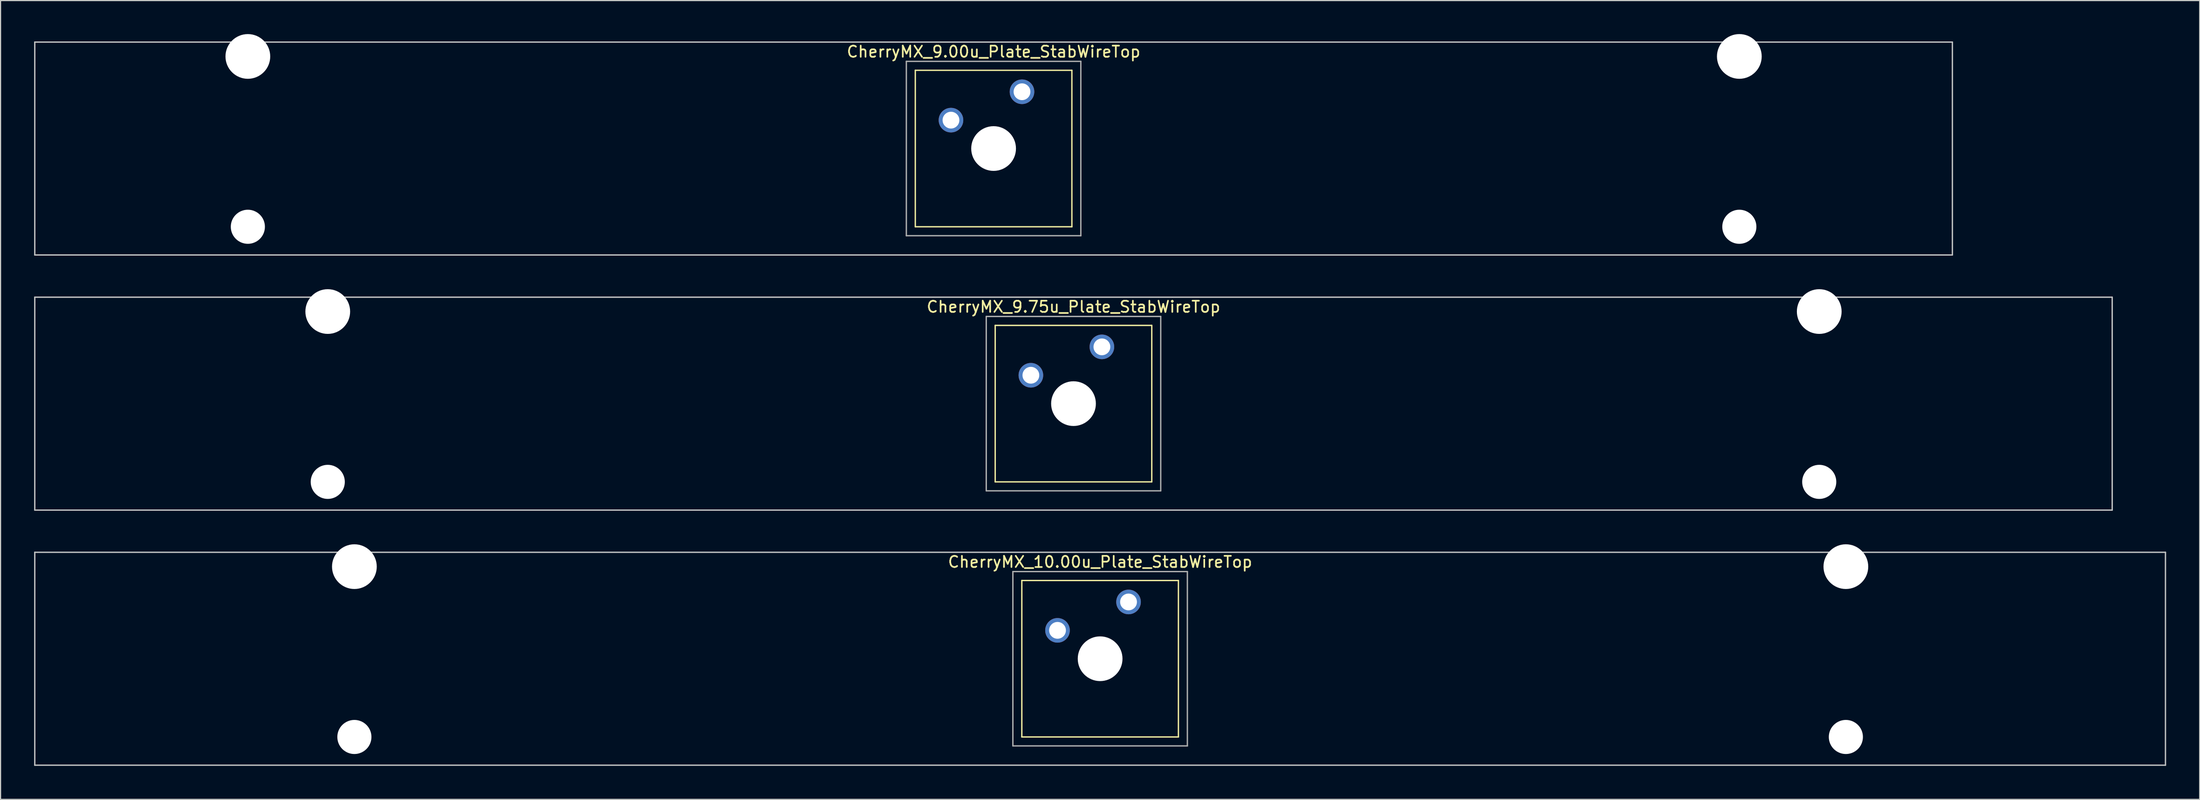
<source format=kicad_pcb>
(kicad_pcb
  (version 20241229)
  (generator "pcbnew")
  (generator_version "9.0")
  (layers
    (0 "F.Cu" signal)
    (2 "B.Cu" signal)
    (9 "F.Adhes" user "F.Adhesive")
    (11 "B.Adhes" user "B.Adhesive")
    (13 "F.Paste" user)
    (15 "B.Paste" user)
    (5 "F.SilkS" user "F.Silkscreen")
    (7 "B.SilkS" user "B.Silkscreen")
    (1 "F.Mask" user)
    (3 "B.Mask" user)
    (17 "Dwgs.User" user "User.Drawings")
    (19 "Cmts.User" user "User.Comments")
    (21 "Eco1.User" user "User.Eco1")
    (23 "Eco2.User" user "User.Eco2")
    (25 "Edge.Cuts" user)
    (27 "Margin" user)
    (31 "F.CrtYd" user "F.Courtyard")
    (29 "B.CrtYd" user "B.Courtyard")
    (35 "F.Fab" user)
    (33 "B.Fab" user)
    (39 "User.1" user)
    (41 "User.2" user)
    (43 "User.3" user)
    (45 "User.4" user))
  (footprint "CherryMX_10.00u_Plate_StabWireTop"
    (layer "F.Cu")
    (at 95.31 55.89)
    (property "Reference" "CherryMX_10.00u_Plate_StabWireTop" (at 0 -8.662 0) (layer "F.SilkS") (effects (font (size 1 1) (thickness 0.15))))
    (attr through_hole)
    (fp_line (start -7 -7) (end -7 7) (stroke (width 0.12) (type solid)) (layer "F.SilkS"))
    (fp_line (start -7 -7) (end 7 -7) (stroke (width 0.12) (type solid)) (layer "F.SilkS"))
    (fp_line (start 7 -7) (end 7 7) (stroke (width 0.12) (type solid)) (layer "F.SilkS"))
    (fp_line (start 7 7) (end -7 7) (stroke (width 0.12) (type solid)) (layer "F.SilkS"))
    (fp_line (start -95.25 -9.525) (end 95.25 -9.525) (stroke (width 0.12) (type solid)) (layer "Dwgs.User"))
    (fp_line (start -95.25 9.525) (end -95.25 -9.525) (stroke (width 0.12) (type solid)) (layer "Dwgs.User"))
    (fp_line (start 95.25 -9.525) (end 95.25 9.525) (stroke (width 0.12) (type solid)) (layer "Dwgs.User"))
    (fp_line (start 95.25 9.525) (end -95.25 9.525) (stroke (width 0.12) (type solid)) (layer "Dwgs.User"))
    (fp_line (start -7.8 -7.8) (end -7.8 7.8) (stroke (width 0.12) (type solid)) (layer "F.Fab"))
    (fp_line (start -7.8 -7.8) (end 7.8 -7.8) (stroke (width 0.12) (type solid)) (layer "F.Fab"))
    (fp_line (start -7.8 7.8) (end 7.8 7.8) (stroke (width 0.12) (type solid)) (layer "F.Fab"))
    (fp_line (start 7.8 -7.8) (end 7.8 7.8) (stroke (width 0.12) (type solid)) (layer "F.Fab"))
    (pad "" np_thru_hole circle (at -66.675 -8.24) (size 4 4) (drill 4) (layers "*.Cu" "*.Mask"))
    (pad "" np_thru_hole circle (at -66.675 7) (size 3.05 3.05) (drill 3.05) (layers "*.Cu" "*.Mask"))
    (pad "" np_thru_hole circle (at 0 0) (size 4 4) (drill 4) (layers "*.Cu" "*.Mask"))
    (pad "" np_thru_hole circle (at 66.675 -8.24) (size 4 4) (drill 4) (layers "*.Cu" "*.Mask"))
    (pad "" np_thru_hole circle (at 66.675 7) (size 3.05 3.05) (drill 3.05) (layers "*.Cu" "*.Mask"))
    (pad "1" thru_hole circle (at -3.81 -2.54) (size 2.2 2.2) (drill 1.5) (layers "*.Cu" "*.Mask"))
    (pad "2" thru_hole circle (at 2.54 -5.08) (size 2.2 2.2) (drill 1.5) (layers "*.Cu" "*.Mask")))
  (footprint "CherryMX_9.00u_Plate_StabWireTop"
    (layer "F.Cu")
    (at 85.785 10.24)
    (property "Reference" "CherryMX_9.00u_Plate_StabWireTop" (at 0 -8.662 0) (layer "F.SilkS") (effects (font (size 1 1) (thickness 0.15))))
    (attr through_hole)
    (fp_line (start -7 -7) (end -7 7) (stroke (width 0.12) (type solid)) (layer "F.SilkS"))
    (fp_line (start -7 -7) (end 7 -7) (stroke (width 0.12) (type solid)) (layer "F.SilkS"))
    (fp_line (start 7 -7) (end 7 7) (stroke (width 0.12) (type solid)) (layer "F.SilkS"))
    (fp_line (start 7 7) (end -7 7) (stroke (width 0.12) (type solid)) (layer "F.SilkS"))
    (fp_line (start -85.725 -9.525) (end 85.725 -9.525) (stroke (width 0.12) (type solid)) (layer "Dwgs.User"))
    (fp_line (start -85.725 9.525) (end -85.725 -9.525) (stroke (width 0.12) (type solid)) (layer "Dwgs.User"))
    (fp_line (start 85.725 -9.525) (end 85.725 9.525) (stroke (width 0.12) (type solid)) (layer "Dwgs.User"))
    (fp_line (start 85.725 9.525) (end -85.725 9.525) (stroke (width 0.12) (type solid)) (layer "Dwgs.User"))
    (fp_line (start -7.8 -7.8) (end -7.8 7.8) (stroke (width 0.12) (type solid)) (layer "F.Fab"))
    (fp_line (start -7.8 -7.8) (end 7.8 -7.8) (stroke (width 0.12) (type solid)) (layer "F.Fab"))
    (fp_line (start -7.8 7.8) (end 7.8 7.8) (stroke (width 0.12) (type solid)) (layer "F.Fab"))
    (fp_line (start 7.8 -7.8) (end 7.8 7.8) (stroke (width 0.12) (type solid)) (layer "F.Fab"))
    (pad "" np_thru_hole circle (at -66.675 -8.24) (size 4 4) (drill 4) (layers "*.Cu" "*.Mask"))
    (pad "" np_thru_hole circle (at -66.675 7) (size 3.05 3.05) (drill 3.05) (layers "*.Cu" "*.Mask"))
    (pad "" np_thru_hole circle (at 0 0) (size 4 4) (drill 4) (layers "*.Cu" "*.Mask"))
    (pad "" np_thru_hole circle (at 66.675 -8.24) (size 4 4) (drill 4) (layers "*.Cu" "*.Mask"))
    (pad "" np_thru_hole circle (at 66.675 7) (size 3.05 3.05) (drill 3.05) (layers "*.Cu" "*.Mask"))
    (pad "1" thru_hole circle (at -3.81 -2.54) (size 2.2 2.2) (drill 1.5) (layers "*.Cu" "*.Mask"))
    (pad "2" thru_hole circle (at 2.54 -5.08) (size 2.2 2.2) (drill 1.5) (layers "*.Cu" "*.Mask")))
  (footprint "CherryMX_9.75u_Plate_StabWireTop"
    (layer "F.Cu")
    (at 92.929 33.065)
    (property "Reference" "CherryMX_9.75u_Plate_StabWireTop" (at 0 -8.662 0) (layer "F.SilkS") (effects (font (size 1 1) (thickness 0.15))))
    (attr through_hole)
    (fp_line (start -7 -7) (end -7 7) (stroke (width 0.12) (type solid)) (layer "F.SilkS"))
    (fp_line (start -7 -7) (end 7 -7) (stroke (width 0.12) (type solid)) (layer "F.SilkS"))
    (fp_line (start 7 -7) (end 7 7) (stroke (width 0.12) (type solid)) (layer "F.SilkS"))
    (fp_line (start 7 7) (end -7 7) (stroke (width 0.12) (type solid)) (layer "F.SilkS"))
    (fp_line (start -92.869 -9.525) (end 92.869 -9.525) (stroke (width 0.12) (type solid)) (layer "Dwgs.User"))
    (fp_line (start -92.869 9.525) (end -92.869 -9.525) (stroke (width 0.12) (type solid)) (layer "Dwgs.User"))
    (fp_line (start 92.869 -9.525) (end 92.869 9.525) (stroke (width 0.12) (type solid)) (layer "Dwgs.User"))
    (fp_line (start 92.869 9.525) (end -92.869 9.525) (stroke (width 0.12) (type solid)) (layer "Dwgs.User"))
    (fp_line (start -7.8 -7.8) (end -7.8 7.8) (stroke (width 0.12) (type solid)) (layer "F.Fab"))
    (fp_line (start -7.8 -7.8) (end 7.8 -7.8) (stroke (width 0.12) (type solid)) (layer "F.Fab"))
    (fp_line (start -7.8 7.8) (end 7.8 7.8) (stroke (width 0.12) (type solid)) (layer "F.Fab"))
    (fp_line (start 7.8 -7.8) (end 7.8 7.8) (stroke (width 0.12) (type solid)) (layer "F.Fab"))
    (pad "" np_thru_hole circle (at -66.675 -8.24) (size 4 4) (drill 4) (layers "*.Cu" "*.Mask"))
    (pad "" np_thru_hole circle (at -66.675 7) (size 3.05 3.05) (drill 3.05) (layers "*.Cu" "*.Mask"))
    (pad "" np_thru_hole circle (at 0 0) (size 4 4) (drill 4) (layers "*.Cu" "*.Mask"))
    (pad "" np_thru_hole circle (at 66.675 -8.24) (size 4 4) (drill 4) (layers "*.Cu" "*.Mask"))
    (pad "" np_thru_hole circle (at 66.675 7) (size 3.05 3.05) (drill 3.05) (layers "*.Cu" "*.Mask"))
    (pad "1" thru_hole circle (at -3.81 -2.54) (size 2.2 2.2) (drill 1.5) (layers "*.Cu" "*.Mask"))
    (pad "2" thru_hole circle (at 2.54 -5.08) (size 2.2 2.2) (drill 1.5) (layers "*.Cu" "*.Mask")))
  (gr_rect
    (start -3 -3)
    (end 193.62 68.475)
    (stroke (width 0.1) (type default))
    (fill no)
    (layer "Edge.Cuts")))
</source>
